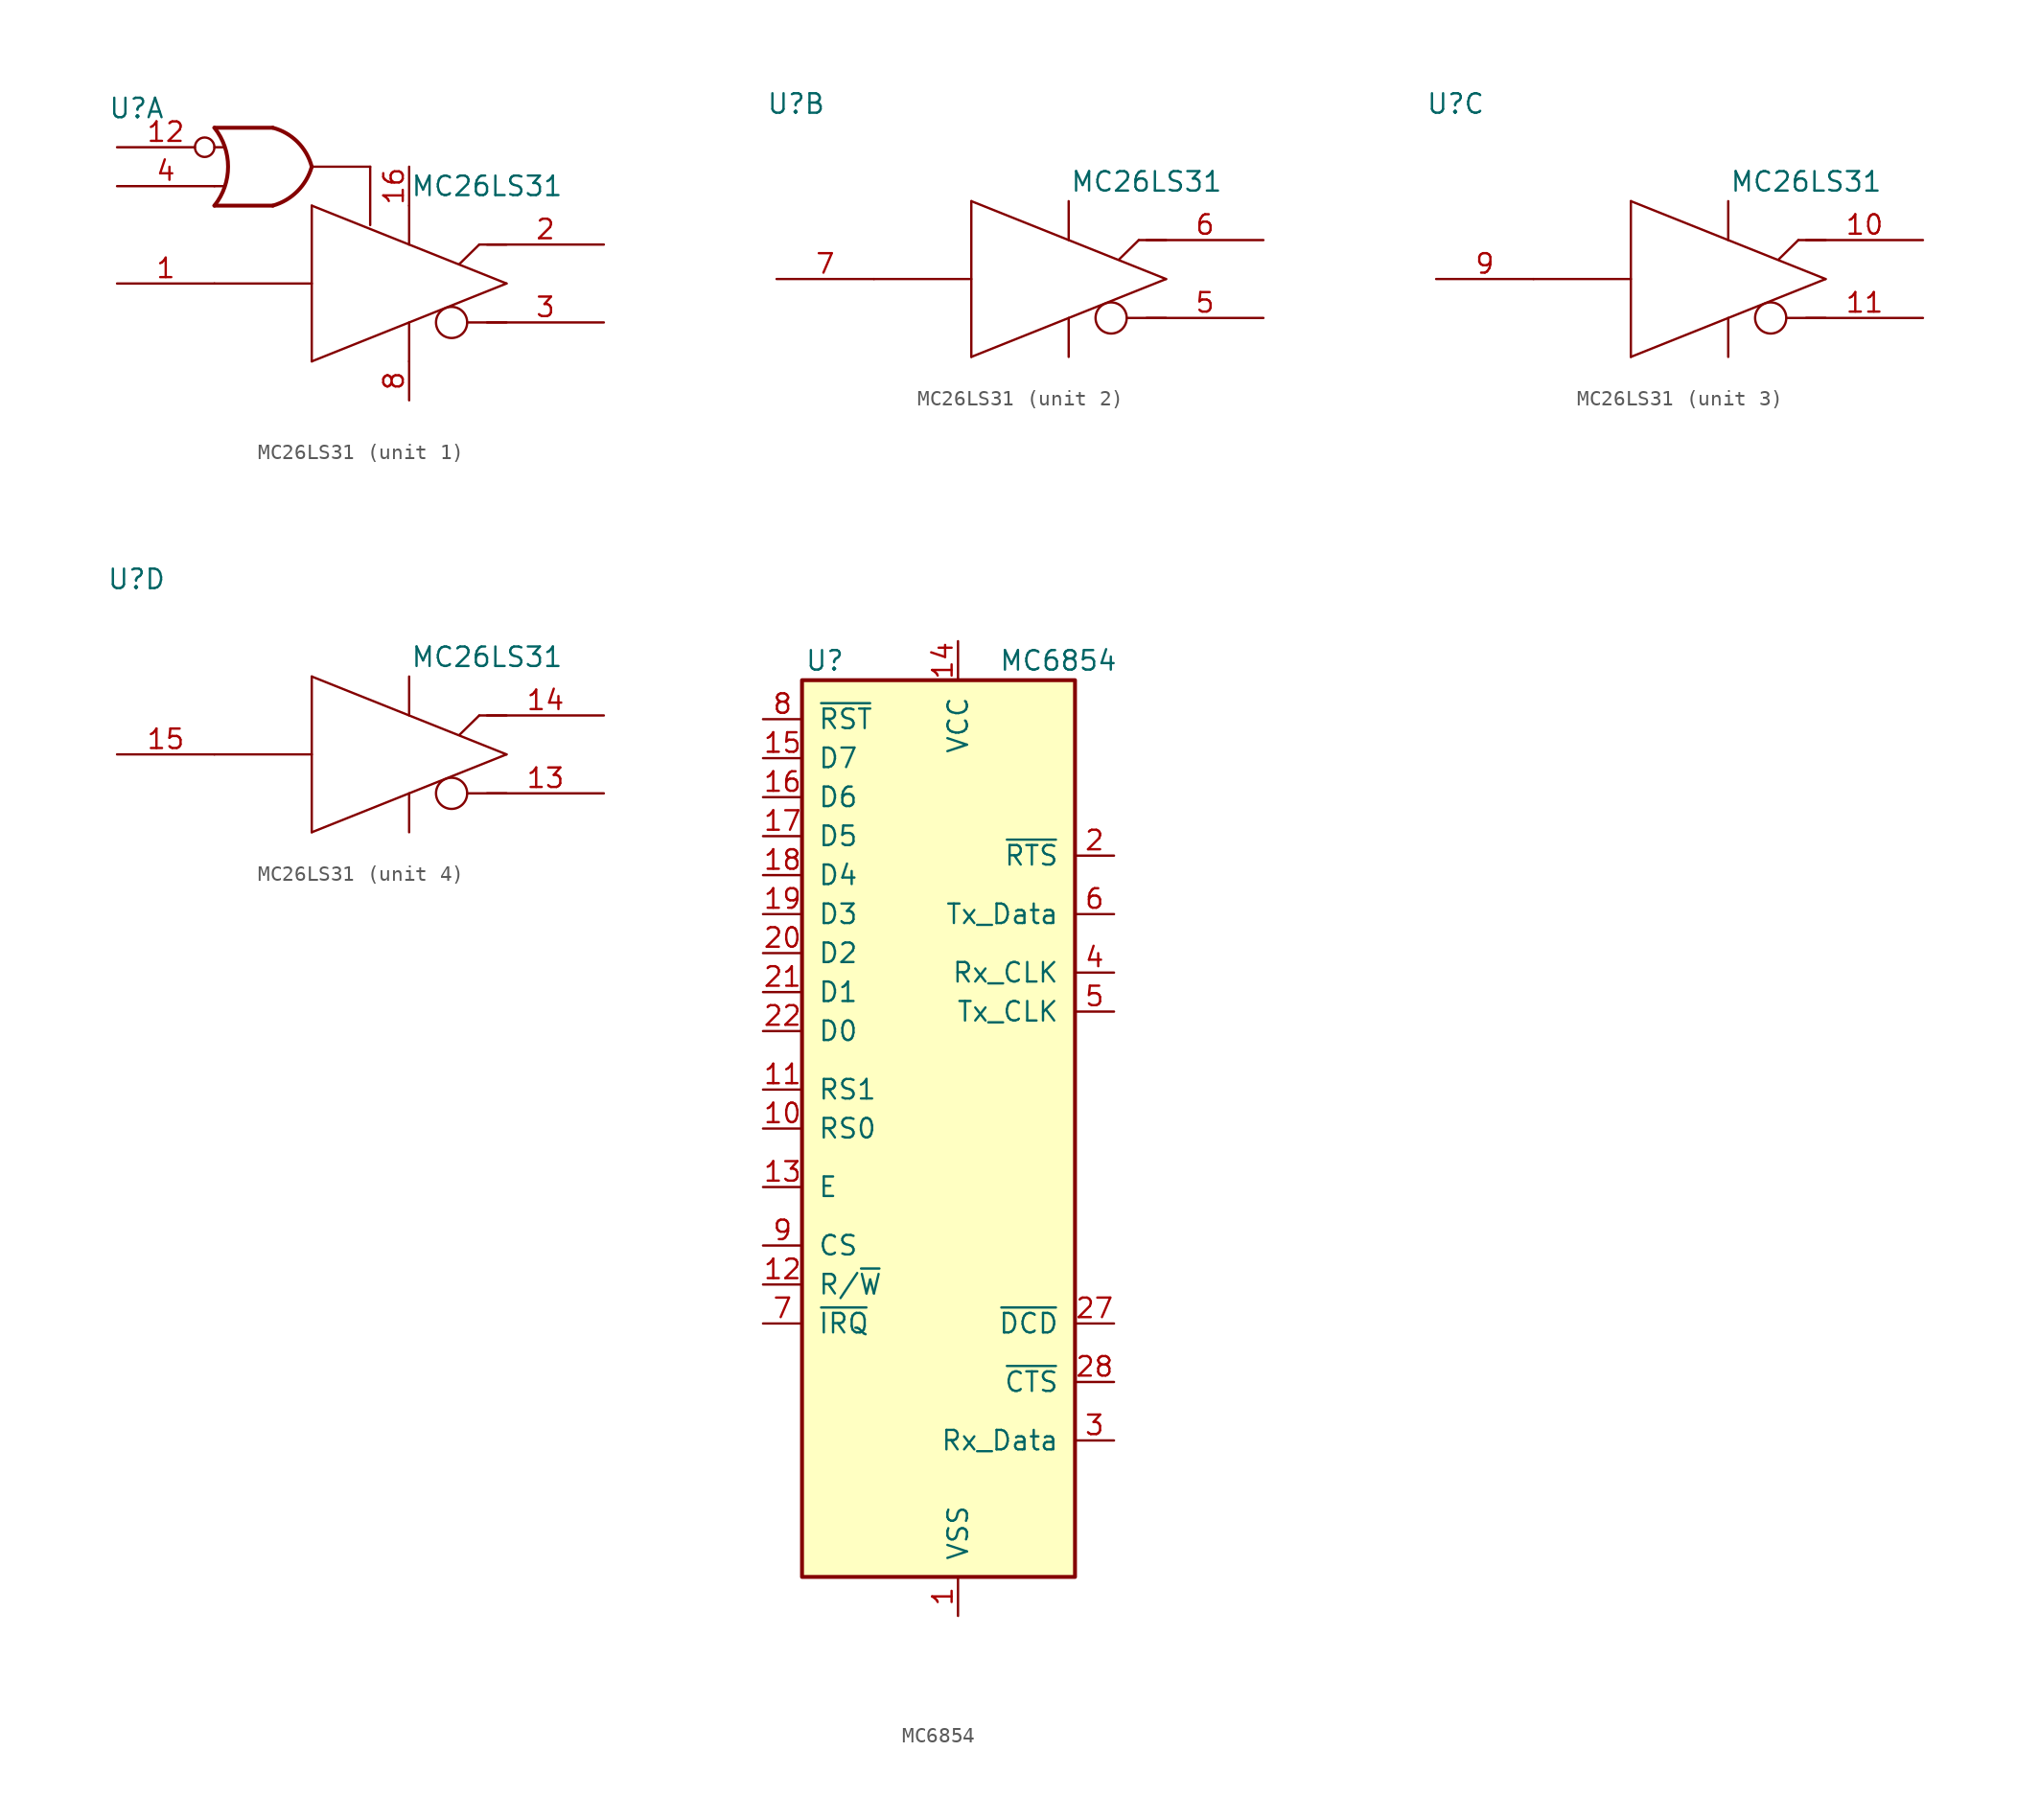
<source format=kicad_sym>
(kicad_symbol_lib
  (version 20220914)
  (generator kicad_symbol_editor)
  (symbol "MC26LS31"
    (pin_names
      (offset 1.016) hide)
    (property "Reference" "U"
      (at -17.78 11.43 0)
      (effects (font (size 1.27 1.27))))
    (property "Value" "MC26LS31"
      (at 5.08 6.35 0)
      (effects (font (size 1.27 1.27))))
    (property "ki_locked" ""
      (at 0 0 0)
      (effects (font (size 1.27 1.27))))
    (symbol "MC26LS31_0_1"
      (polyline (pts (xy -12.7 0) (xy -6.35 0)) (stroke (width 0) (type default)) (fill (type none)))
      (polyline (pts (xy -6.35 -5.08) (xy 6.35 0)) (stroke (width 0) (type default)) (fill (type none)))
      (polyline (pts (xy -6.35 5.08) (xy -6.35 -5.08)) (stroke (width 0) (type default)) (fill (type none)))
      (polyline (pts (xy 0 -5.08) (xy 0 -2.54)) (stroke (width 0) (type default)) (fill (type none)))
      (polyline (pts (xy 0 5.08) (xy 0 2.54)) (stroke (width 0) (type default)) (fill (type none)))
      (polyline (pts (xy 3.81 -2.54) (xy 6.35 -2.54)) (stroke (width 0) (type default)) (fill (type none)))
      (polyline (pts (xy 4.572 2.54) (xy 3.277 1.27)) (stroke (width 0) (type default)) (fill (type none)))
      (polyline (pts (xy 6.35 0) (xy -6.35 5.08)) (stroke (width 0) (type default)) (fill (type none)))
      (polyline (pts (xy 6.35 2.54) (xy 4.572 2.54)) (stroke (width 0) (type default)) (fill (type none)))
      (circle (center 2.769 -2.54) (radius 1.016) (stroke (width 0) (type default)) (fill (type none))))
    (symbol "MC26LS31_1_1"
      (arc (start -12.7 5.08) (mid -11.809 7.62) (end -12.7 10.16) (stroke (width 0.254) (type default)) (fill (type none)))
      (arc (start -8.89 5.08) (mid -7.2907 6.0173) (end -6.35 7.62) (stroke (width 0.254) (type default)) (fill (type none)))
      (arc (start -6.35 7.62) (mid -7.2781 9.2352) (end -8.89 10.16) (stroke (width 0.254) (type default)) (fill (type none)))
      (polyline (pts (xy -12.7 6.35) (xy -12.065 6.35)) (stroke (width 0) (type default)) (fill (type none)))
      (polyline (pts (xy -12.7 8.89) (xy -12.065 8.89)) (stroke (width 0) (type default)) (fill (type none)))
      (polyline (pts (xy -8.89 5.08) (xy -12.7 5.08)) (stroke (width 0.254) (type default)) (fill (type background)))
      (polyline (pts (xy -8.89 10.16) (xy -12.7 10.16)) (stroke (width 0.254) (type default)) (fill (type background)))
      (polyline (pts (xy -6.35 7.62) (xy -2.54 7.62)) (stroke (width 0) (type default)) (fill (type none)))
      (polyline (pts (xy -2.54 3.81) (xy -2.54 7.62)) (stroke (width 0) (type default)) (fill (type none)))
      (pin input line (at -19.05 0 0) (length 6.35) (name "3A" (effects (font (size 1.27 1.27)))) (number "1" (effects (font (size 1.27 1.27)))))
      (pin input inverted (at -19.05 8.89 0) (length 6.35) (name "~{G}" (effects (font (size 1.27 1.27)))) (number "12" (effects (font (size 1.27 1.27)))))
      (pin power_in line (at 0 7.62 270) (length 2.54) (name "+5V" (effects (font (size 1.27 1.27)))) (number "16" (effects (font (size 1.27 1.27)))))
      (pin tri_state line (at 12.7 2.54 180) (length 7.62) (name "3Y" (effects (font (size 1.27 1.27)))) (number "2" (effects (font (size 1.27 1.27)))))
      (pin tri_state line (at 12.7 -2.54 180) (length 7.62) (name "3Z" (effects (font (size 1.27 1.27)))) (number "3" (effects (font (size 1.27 1.27)))))
      (pin input line (at -19.05 6.35 0) (length 6.35) (name "G" (effects (font (size 1.27 1.27)))) (number "4" (effects (font (size 1.27 1.27)))))
      (pin power_in line (at 0 -7.62 90) (length 2.54) (name "GND" (effects (font (size 1.27 1.27)))) (number "8" (effects (font (size 1.27 1.27))))))
    (symbol "MC26LS31_2_1"
      (pin tri_state line (at 12.7 -2.54 180) (length 7.62) (name "3Z" (effects (font (size 1.27 1.27)))) (number "5" (effects (font (size 1.27 1.27)))))
      (pin tri_state line (at 12.7 2.54 180) (length 7.62) (name "3Y" (effects (font (size 1.27 1.27)))) (number "6" (effects (font (size 1.27 1.27)))))
      (pin input line (at -19.05 0 0) (length 6.35) (name "3A" (effects (font (size 1.27 1.27)))) (number "7" (effects (font (size 1.27 1.27))))))
    (symbol "MC26LS31_3_1"
      (pin tri_state line (at 12.7 2.54 180) (length 7.62) (name "3Y" (effects (font (size 1.27 1.27)))) (number "10" (effects (font (size 1.27 1.27)))))
      (pin tri_state line (at 12.7 -2.54 180) (length 7.62) (name "3Z" (effects (font (size 1.27 1.27)))) (number "11" (effects (font (size 1.27 1.27)))))
      (pin input line (at -19.05 0 0) (length 6.35) (name "3A" (effects (font (size 1.27 1.27)))) (number "9" (effects (font (size 1.27 1.27))))))
    (symbol "MC26LS31_4_1"
      (pin tri_state line (at 12.7 -2.54 180) (length 7.62) (name "3Z" (effects (font (size 1.27 1.27)))) (number "13" (effects (font (size 1.27 1.27)))))
      (pin tri_state line (at 12.7 2.54 180) (length 7.62) (name "3Y" (effects (font (size 1.27 1.27)))) (number "14" (effects (font (size 1.27 1.27)))))
      (pin input line (at -19.05 0 0) (length 6.35) (name "3A" (effects (font (size 1.27 1.27)))) (number "15" (effects (font (size 1.27 1.27)))))))
  (symbol "MC6854"
    (pin_names
      (offset 1.016))
    (property "Reference" "U"
      (at -7.366 31.75 0)
      (effects (font (size 1.27 1.27)) (justify right)))
    (property "Value" "MC6854"
      (at 10.414 31.75 0)
      (effects (font (size 1.27 1.27)) (justify right)))
    (symbol "MC6854_1_1"
      (rectangle (start -10.16 -27.94) (end 7.62 30.48) (stroke (width 0.254) (type default)) (fill (type background)))
      (pin power_in line (at 0 -30.48 90) (length 2.54) (name "VSS" (effects (font (size 1.27 1.27)))) (number "1" (effects (font (size 1.27 1.27)))))
      (pin input line (at -12.7 1.27 0) (length 2.54) (name "RS0" (effects (font (size 1.27 1.27)))) (number "10" (effects (font (size 1.27 1.27)))))
      (pin input line (at -12.7 3.81 0) (length 2.54) (name "RS1" (effects (font (size 1.27 1.27)))) (number "11" (effects (font (size 1.27 1.27)))))
      (pin input line (at -12.7 -8.89 0) (length 2.54) (name "R/~{W}" (effects (font (size 1.27 1.27)))) (number "12" (effects (font (size 1.27 1.27)))))
      (pin input line (at -12.7 -2.54 0) (length 2.54) (name "E" (effects (font (size 1.27 1.27)))) (number "13" (effects (font (size 1.27 1.27)))))
      (pin power_in line (at 0 33.02 270) (length 2.54) (name "VCC" (effects (font (size 1.27 1.27)))) (number "14" (effects (font (size 1.27 1.27)))))
      (pin bidirectional line (at -12.7 25.4 0) (length 2.54) (name "D7" (effects (font (size 1.27 1.27)))) (number "15" (effects (font (size 1.27 1.27)))))
      (pin bidirectional line (at -12.7 22.86 0) (length 2.54) (name "D6" (effects (font (size 1.27 1.27)))) (number "16" (effects (font (size 1.27 1.27)))))
      (pin bidirectional line (at -12.7 20.32 0) (length 2.54) (name "D5" (effects (font (size 1.27 1.27)))) (number "17" (effects (font (size 1.27 1.27)))))
      (pin bidirectional line (at -12.7 17.78 0) (length 2.54) (name "D4" (effects (font (size 1.27 1.27)))) (number "18" (effects (font (size 1.27 1.27)))))
      (pin bidirectional line (at -12.7 15.24 0) (length 2.54) (name "D3" (effects (font (size 1.27 1.27)))) (number "19" (effects (font (size 1.27 1.27)))))
      (pin output line (at 10.16 19.05 180) (length 2.54) (name "~{RTS}" (effects (font (size 1.27 1.27)))) (number "2" (effects (font (size 1.27 1.27)))))
      (pin bidirectional line (at -12.7 12.7 0) (length 2.54) (name "D2" (effects (font (size 1.27 1.27)))) (number "20" (effects (font (size 1.27 1.27)))))
      (pin bidirectional line (at -12.7 10.16 0) (length 2.54) (name "D1" (effects (font (size 1.27 1.27)))) (number "21" (effects (font (size 1.27 1.27)))))
      (pin bidirectional line (at -12.7 7.62 0) (length 2.54) (name "D0" (effects (font (size 1.27 1.27)))) (number "22" (effects (font (size 1.27 1.27)))))
      (pin no_connect line (at -12.7 -15.24 0) (length 2.54) hide (name "N/C" (effects (font (size 1.27 1.27)))) (number "23" (effects (font (size 1.27 1.27)))))
      (pin no_connect line (at -12.7 -17.78 0) (length 2.54) hide (name "N/C" (effects (font (size 1.27 1.27)))) (number "24" (effects (font (size 1.27 1.27)))))
      (pin no_connect line (at -12.7 -20.32 0) (length 2.54) hide (name "N/C" (effects (font (size 1.27 1.27)))) (number "25" (effects (font (size 1.27 1.27)))))
      (pin no_connect line (at -12.7 -22.86 0) (length 2.54) hide (name "N/C" (effects (font (size 1.27 1.27)))) (number "26" (effects (font (size 1.27 1.27)))))
      (pin input line (at 10.16 -11.43 180) (length 2.54) (name "~{DCD}" (effects (font (size 1.27 1.27)))) (number "27" (effects (font (size 1.27 1.27)))))
      (pin input line (at 10.16 -15.24 180) (length 2.54) (name "~{CTS}" (effects (font (size 1.27 1.27)))) (number "28" (effects (font (size 1.27 1.27)))))
      (pin input line (at 10.16 -19.05 180) (length 2.54) (name "Rx_Data" (effects (font (size 1.27 1.27)))) (number "3" (effects (font (size 1.27 1.27)))))
      (pin input line (at 10.16 11.43 180) (length 2.54) (name "Rx_CLK" (effects (font (size 1.27 1.27)))) (number "4" (effects (font (size 1.27 1.27)))))
      (pin input line (at 10.16 8.89 180) (length 2.54) (name "Tx_CLK" (effects (font (size 1.27 1.27)))) (number "5" (effects (font (size 1.27 1.27)))))
      (pin output line (at 10.16 15.24 180) (length 2.54) (name "Tx_Data" (effects (font (size 1.27 1.27)))) (number "6" (effects (font (size 1.27 1.27)))))
      (pin output line (at -12.7 -11.43 0) (length 2.54) (name "~{IRQ}" (effects (font (size 1.27 1.27)))) (number "7" (effects (font (size 1.27 1.27)))))
      (pin input line (at -12.7 27.94 0) (length 2.54) (name "~{RST}" (effects (font (size 1.27 1.27)))) (number "8" (effects (font (size 1.27 1.27)))))
      (pin input line (at -12.7 -6.35 0) (length 2.54) (name "CS" (effects (font (size 1.27 1.27)))) (number "9" (effects (font (size 1.27 1.27))))))))
</source>
